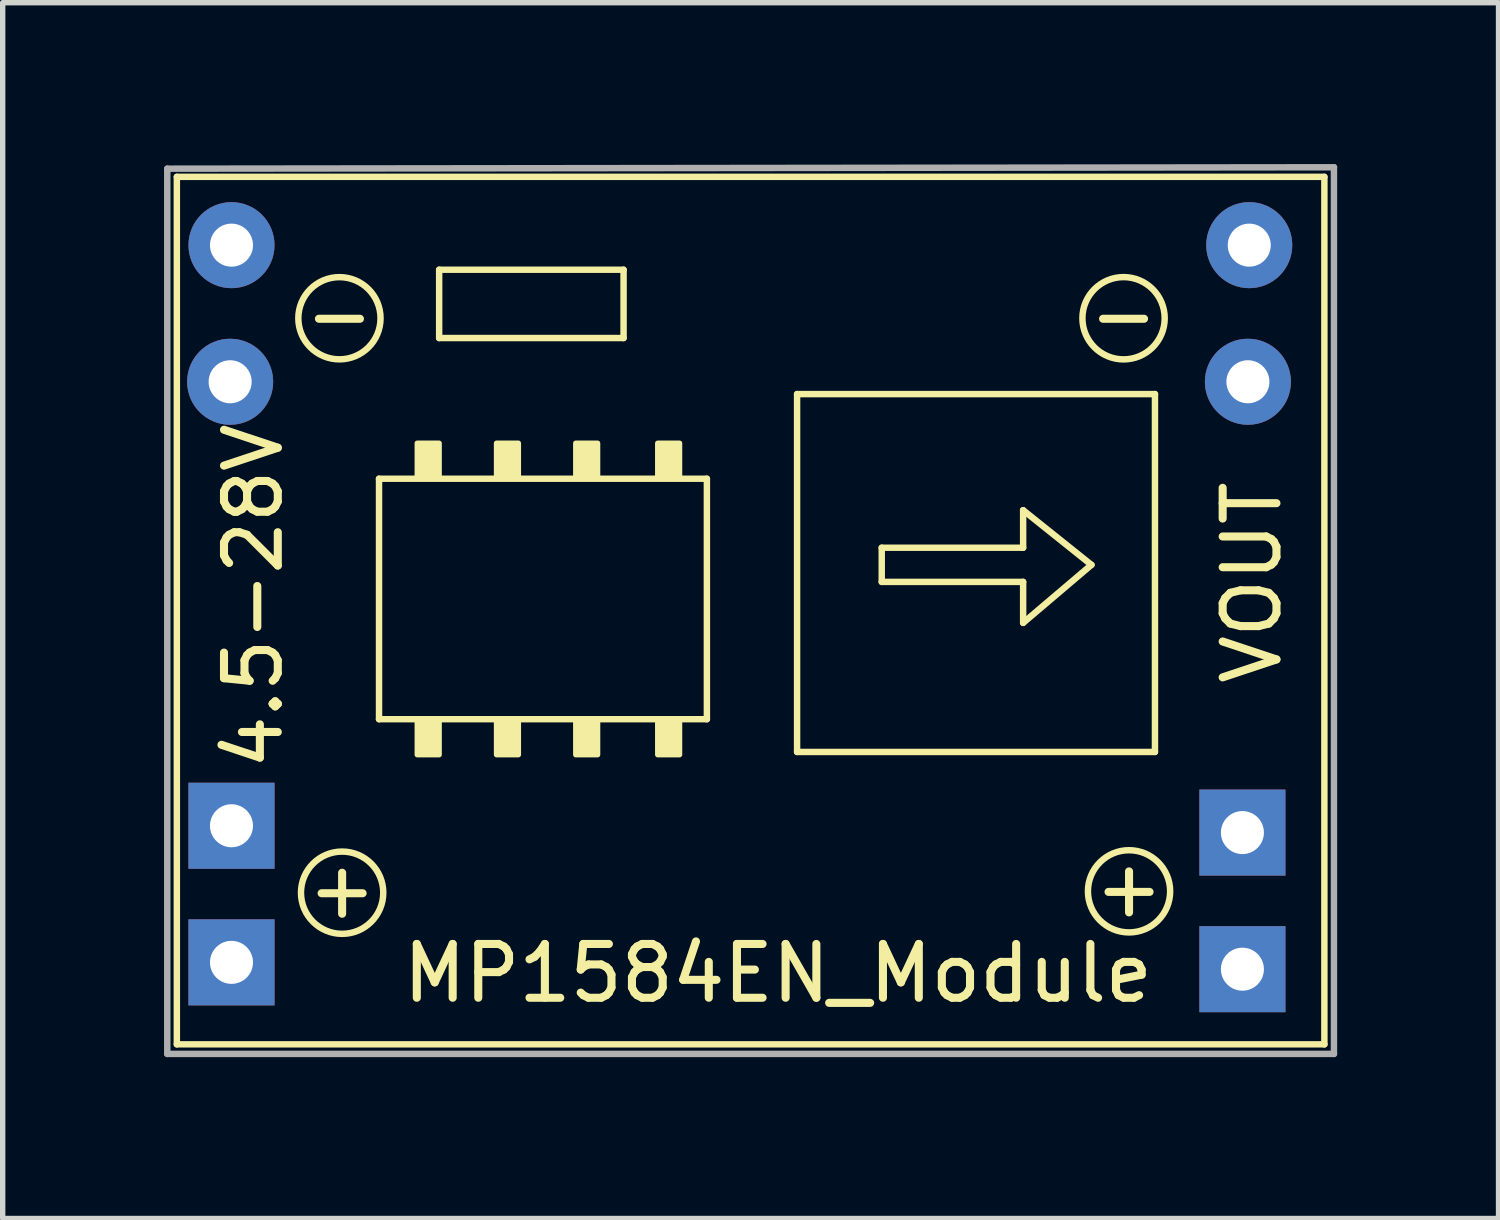
<source format=kicad_pcb>
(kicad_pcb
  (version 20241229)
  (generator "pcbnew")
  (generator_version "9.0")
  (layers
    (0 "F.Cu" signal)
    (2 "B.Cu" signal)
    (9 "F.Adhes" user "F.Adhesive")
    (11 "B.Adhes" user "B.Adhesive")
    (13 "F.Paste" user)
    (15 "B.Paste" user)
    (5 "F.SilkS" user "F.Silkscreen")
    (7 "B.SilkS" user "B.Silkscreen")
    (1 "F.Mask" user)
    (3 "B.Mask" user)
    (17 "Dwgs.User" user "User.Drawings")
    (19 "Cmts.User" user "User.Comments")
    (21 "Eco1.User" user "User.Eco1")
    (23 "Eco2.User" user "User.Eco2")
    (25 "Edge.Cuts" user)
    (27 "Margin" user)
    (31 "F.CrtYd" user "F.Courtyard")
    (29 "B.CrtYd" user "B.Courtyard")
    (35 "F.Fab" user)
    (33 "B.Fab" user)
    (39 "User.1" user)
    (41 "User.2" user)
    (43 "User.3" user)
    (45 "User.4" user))
  (footprint "MP1584EN_Module"
    (layer "F.Cu")
    (at 11.414 7.731)
    (property "Reference" "MP1584EN_Module" (at 0 7.315 180) (layer "F.SilkS") (effects (font (size 1 1) (thickness 0.15))))
    (attr through_hole)
    (fp_line (start -11.176 -7.493) (end -11.176 8.636) (stroke (width 0.12) (type solid)) (layer "F.SilkS"))
    (fp_line (start -11.176 8.636) (end 10.16 8.636) (stroke (width 0.12) (type solid)) (layer "F.SilkS"))
    (fp_line (start -7.417 -1.88) (end -1.321 -1.88) (stroke (width 0.12) (type solid)) (layer "F.SilkS"))
    (fp_line (start -7.417 2.591) (end -7.417 -1.88) (stroke (width 0.12) (type solid)) (layer "F.SilkS"))
    (fp_line (start -6.299 -5.766) (end -2.87 -5.766) (stroke (width 0.12) (type solid)) (layer "F.SilkS"))
    (fp_line (start -6.299 -4.496) (end -6.299 -5.766) (stroke (width 0.12) (type solid)) (layer "F.SilkS"))
    (fp_line (start -2.87 -5.766) (end -2.87 -4.496) (stroke (width 0.12) (type solid)) (layer "F.SilkS"))
    (fp_line (start -2.87 -4.496) (end -6.299 -4.496) (stroke (width 0.12) (type solid)) (layer "F.SilkS"))
    (fp_line (start -1.321 2.591) (end -7.417 2.591) (stroke (width 0.12) (type solid)) (layer "F.SilkS"))
    (fp_line (start -1.321 2.591) (end -1.321 -1.88) (stroke (width 0.12) (type solid)) (layer "F.SilkS"))
    (fp_line (start 0.356 -3.454) (end 0.356 3.2) (stroke (width 0.12) (type solid)) (layer "F.SilkS"))
    (fp_line (start 0.356 -3.454) (end 7.01 -3.454) (stroke (width 0.12) (type solid)) (layer "F.SilkS"))
    (fp_line (start 1.93 -0.597) (end 4.559 -0.597) (stroke (width 0.12) (type solid)) (layer "F.SilkS"))
    (fp_line (start 1.93 0.038) (end 1.93 -0.597) (stroke (width 0.12) (type solid)) (layer "F.SilkS"))
    (fp_line (start 1.93 0.038) (end 4.559 0.038) (stroke (width 0.12) (type solid)) (layer "F.SilkS"))
    (fp_line (start 4.559 -1.295) (end 5.829 -0.279) (stroke (width 0.12) (type solid)) (layer "F.SilkS"))
    (fp_line (start 4.559 -0.597) (end 4.559 -1.295) (stroke (width 0.12) (type solid)) (layer "F.SilkS"))
    (fp_line (start 4.559 0.8) (end 4.559 0.038) (stroke (width 0.12) (type solid)) (layer "F.SilkS"))
    (fp_line (start 5.829 -0.279) (end 4.559 0.8) (stroke (width 0.12) (type solid)) (layer "F.SilkS"))
    (fp_line (start 7.01 -3.454) (end 7.01 3.2) (stroke (width 0.12) (type solid)) (layer "F.SilkS"))
    (fp_line (start 7.01 3.2) (end 0.356 3.2) (stroke (width 0.12) (type solid)) (layer "F.SilkS"))
    (fp_line (start 10.16 -7.493) (end -11.176 -7.493) (stroke (width 0.12) (type solid)) (layer "F.SilkS"))
    (fp_line (start 10.16 8.636) (end 10.16 -7.493) (stroke (width 0.12) (type solid)) (layer "F.SilkS"))
    (fp_circle (center -8.153 -4.864) (end -7.582 -4.356) (stroke (width 0.12) (type solid)) (fill no) (layer "F.SilkS"))
    (fp_circle (center -8.103 5.817) (end -7.531 6.325) (stroke (width 0.12) (type solid)) (fill no) (layer "F.SilkS"))
    (fp_circle (center 6.426 -4.864) (end 6.998 -4.356) (stroke (width 0.12) (type solid)) (fill no) (layer "F.SilkS"))
    (fp_circle (center 6.528 5.791) (end 7.099 6.299) (stroke (width 0.12) (type solid)) (fill no) (layer "F.SilkS"))
    (fp_poly (pts (xy -6.706 -2.54) (xy -6.299 -2.54) (xy -6.299 -1.93) (xy -6.706 -1.93)) (stroke (width 0.1) (type solid)) (fill yes) (layer "F.SilkS"))
    (fp_poly (pts (xy -6.706 2.642) (xy -6.299 2.642) (xy -6.299 3.251) (xy -6.706 3.251)) (stroke (width 0.1) (type solid)) (fill yes) (layer "F.SilkS"))
    (fp_poly (pts (xy -5.232 -2.54) (xy -4.826 -2.54) (xy -4.826 -1.93) (xy -5.232 -1.93)) (stroke (width 0.1) (type solid)) (fill yes) (layer "F.SilkS"))
    (fp_poly (pts (xy -5.232 2.642) (xy -4.826 2.642) (xy -4.826 3.251) (xy -5.232 3.251)) (stroke (width 0.1) (type solid)) (fill yes) (layer "F.SilkS"))
    (fp_poly (pts (xy -3.759 -2.54) (xy -3.353 -2.54) (xy -3.353 -1.93) (xy -3.759 -1.93)) (stroke (width 0.1) (type solid)) (fill yes) (layer "F.SilkS"))
    (fp_poly (pts (xy -3.759 2.642) (xy -3.353 2.642) (xy -3.353 3.251) (xy -3.759 3.251)) (stroke (width 0.1) (type solid)) (fill yes) (layer "F.SilkS"))
    (fp_poly (pts (xy -2.235 -2.54) (xy -1.829 -2.54) (xy -1.829 -1.93) (xy -2.235 -1.93)) (stroke (width 0.1) (type solid)) (fill yes) (layer "F.SilkS"))
    (fp_poly (pts (xy -2.235 2.642) (xy -1.829 2.642) (xy -1.829 3.251) (xy -2.235 3.251)) (stroke (width 0.1) (type solid)) (fill yes) (layer "F.SilkS"))
    (fp_line (start -11.354 -7.645) (end -11.354 8.814) (stroke (width 0.12) (type solid)) (layer "F.Fab"))
    (fp_line (start -11.354 -7.645) (end 10.338 -7.671) (stroke (width 0.12) (type solid)) (layer "F.Fab"))
    (fp_line (start -11.354 8.814) (end 10.338 8.814) (stroke (width 0.12) (type solid)) (layer "F.Fab"))
    (fp_line (start 10.338 -7.671) (end 10.338 8.814) (stroke (width 0.12) (type solid)) (layer "F.Fab"))
    (fp_text user "4.5-28V" (at -9.754 0.305 270) (layer "F.SilkS") (effects (font (size 1 1) (thickness 0.15))))
    (fp_text user "+" (at 6.528 5.728 0) (layer "F.SilkS") (effects (font (size 1 1) (thickness 0.15))))
    (fp_text user "VOUT" (at 8.814 0.051 270) (layer "F.SilkS") (effects (font (size 1 1) (thickness 0.15))))
    (fp_text user "-" (at -8.153 -4.928 0) (layer "F.SilkS") (effects (font (size 1 1) (thickness 0.15))))
    (fp_text user "-" (at 6.426 -4.928 0) (layer "F.SilkS") (effects (font (size 1 1) (thickness 0.15))))
    (fp_text user "+" (at -8.103 5.753 0) (layer "F.SilkS") (effects (font (size 1 1) (thickness 0.15))))
    (pad "1" thru_hole rect (at -10.16 4.572 90) (size 1.6 1.6) (drill 0.8) (layers "*.Cu" "B.Mask"))
    (pad "1" thru_hole rect (at -10.16 7.112 90) (size 1.6 1.6) (drill 0.8) (layers "*.Cu" "B.Mask"))
    (pad "2" thru_hole oval (at -10.185 -3.683 90) (size 1.6 1.6) (drill 0.8) (layers "*.Cu" "B.Mask"))
    (pad "2" thru_hole oval (at -10.16 -6.223 90) (size 1.6 1.6) (drill 0.8) (layers "*.Cu" "B.Mask"))
    (pad "3" thru_hole rect (at 8.636 4.699 90) (size 1.6 1.6) (drill 0.8) (layers "*.Cu" "B.Mask"))
    (pad "3" thru_hole rect (at 8.636 7.239 90) (size 1.6 1.6) (drill 0.8) (layers "*.Cu" "B.Mask"))
    (pad "4" thru_hole oval (at 8.738 -3.683 90) (size 1.6 1.6) (drill 0.8) (layers "*.Cu" "B.Mask"))
    (pad "4" thru_hole oval (at 8.763 -6.223 90) (size 1.6 1.6) (drill 0.8) (layers "*.Cu" "B.Mask")))
  (gr_rect
    (start -3 -3)
    (end 24.812 19.605)
    (stroke (width 0.1) (type default))
    (fill no)
    (layer "Edge.Cuts")))
</source>
